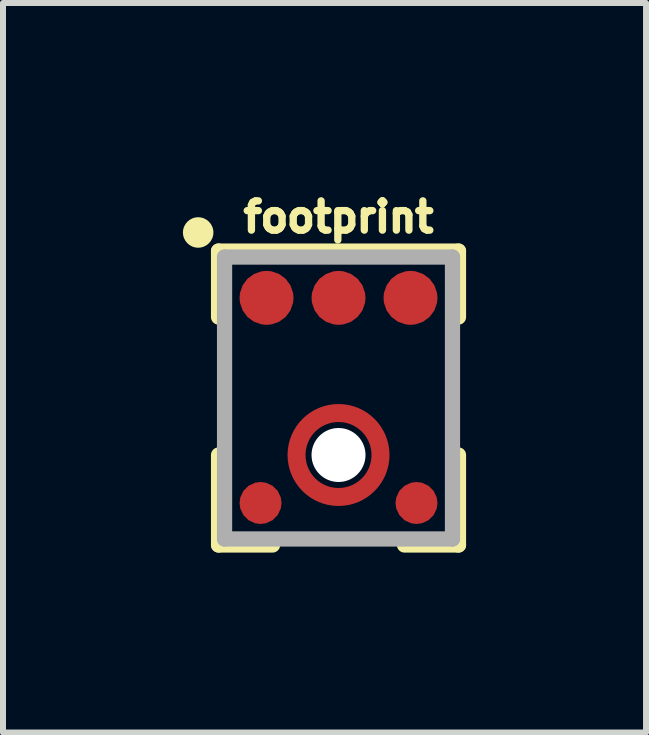
<source format=kicad_pcb>
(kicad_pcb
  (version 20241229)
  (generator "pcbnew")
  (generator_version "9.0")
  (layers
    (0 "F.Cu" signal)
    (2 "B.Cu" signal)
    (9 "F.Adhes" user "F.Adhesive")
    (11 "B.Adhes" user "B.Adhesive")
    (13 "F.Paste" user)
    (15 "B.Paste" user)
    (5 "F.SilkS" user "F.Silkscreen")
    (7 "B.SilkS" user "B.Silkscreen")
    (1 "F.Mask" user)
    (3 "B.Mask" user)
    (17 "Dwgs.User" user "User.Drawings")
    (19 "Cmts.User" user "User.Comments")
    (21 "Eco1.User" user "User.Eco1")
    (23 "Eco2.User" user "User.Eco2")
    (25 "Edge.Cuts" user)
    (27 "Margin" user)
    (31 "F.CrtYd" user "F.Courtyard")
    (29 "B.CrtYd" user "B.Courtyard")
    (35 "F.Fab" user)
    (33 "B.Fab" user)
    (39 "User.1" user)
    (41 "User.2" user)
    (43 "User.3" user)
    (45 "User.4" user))
  (footprint "footprint"
    (layer "F.Cu")
    (at 2.594 4.536)
    (property "Reference" "footprint" (at 0 -3.683 0) (layer "F.SilkS") (effects (font (size 0.488 0.488) (thickness 0.122)) (justify bottom)))
    (fp_circle (center 0 0) (end 0.7 0) (stroke (width 0.3) (type solid)) (fill no) (layer "F.Cu"))
    (fp_circle (center 0 0) (end 0.7 0) (stroke (width 0.5) (type solid)) (fill no) (layer "F.Mask"))
    (fp_line (start -2 -3.4) (end 2 -3.4) (stroke (width 0.254) (type solid)) (layer "F.SilkS"))
    (fp_line (start -2 -2.3) (end -2 -3.4) (stroke (width 0.254) (type solid)) (layer "F.SilkS"))
    (fp_line (start -2 0) (end -2 1.5) (stroke (width 0.254) (type solid)) (layer "F.SilkS"))
    (fp_line (start -2 1.5) (end -1.1 1.5) (stroke (width 0.254) (type solid)) (layer "F.SilkS"))
    (fp_line (start 1.1 1.5) (end 2 1.5) (stroke (width 0.254) (type solid)) (layer "F.SilkS"))
    (fp_line (start 2 -3.4) (end 2 -2.3) (stroke (width 0.254) (type solid)) (layer "F.SilkS"))
    (fp_line (start 2 1.5) (end 2 0) (stroke (width 0.254) (type solid)) (layer "F.SilkS"))
    (fp_circle (center -2.34 -3.71) (end -2.213 -3.71) (stroke (width 0.254) (type solid)) (fill yes) (layer "F.SilkS"))
    (fp_arc (start -0.674999 -0.185) (mid -0.492861 -0.494726) (end -0.185 -0.68) (stroke (width 0.3) (type solid)) (layer "F.Paste"))
    (fp_arc (start -0.185 0.674999) (mid -0.494726 0.492861) (end -0.68 0.185) (stroke (width 0.3) (type solid)) (layer "F.Paste"))
    (fp_arc (start 0.185 -0.674999) (mid 0.494726 -0.492861) (end 0.68 -0.185) (stroke (width 0.3) (type solid)) (layer "F.Paste"))
    (fp_arc (start 0.674999 0.185) (mid 0.492861 0.494726) (end 0.185 0.68) (stroke (width 0.3) (type solid)) (layer "F.Paste"))
    (fp_line (start -1.9 -3.3) (end -1.9 1.4) (stroke (width 0.254) (type solid)) (layer "F.Fab"))
    (fp_line (start -1.9 1.4) (end 1.9 1.4) (stroke (width 0.254) (type solid)) (layer "F.Fab"))
    (fp_line (start 1.9 -3.3) (end -1.9 -3.3) (stroke (width 0.254) (type solid)) (layer "F.Fab"))
    (fp_line (start 1.9 1.4) (end 1.9 -3.3) (stroke (width 0.254) (type solid)) (layer "F.Fab"))
    (pad "" np_thru_hole circle (at 0 0) (size 0.9 0.9) (drill 0.9) (layers "*.Cu" "*.Mask"))
    (pad "1" smd roundrect (at -1.2 -2.62) (size 0.9 0.9) (layers "F.Cu" "F.Mask" "F.Paste") (roundrect_rratio 0.5))
    (pad "2" smd roundrect (at 1.3 0.8) (size 0.7 0.7) (layers "F.Cu" "F.Mask" "F.Paste") (roundrect_rratio 0.5))
    (pad "4" smd roundrect (at -1.3 0.8) (size 0.7 0.7) (layers "F.Cu" "F.Mask" "F.Paste") (roundrect_rratio 0.5))
    (pad "5" smd roundrect (at 1.2 -2.62) (size 0.9 0.9) (layers "F.Cu" "F.Mask" "F.Paste") (roundrect_rratio 0.5))
    (pad "6" smd roundrect (at 0 -2.62) (size 0.9 0.9) (layers "F.Cu" "F.Mask" "F.Paste") (roundrect_rratio 0.5)))
  (gr_rect
    (start -3 -3)
    (end 7.721 9.163)
    (stroke (width 0.1) (type default))
    (fill no)
    (layer "Edge.Cuts")))
</source>
